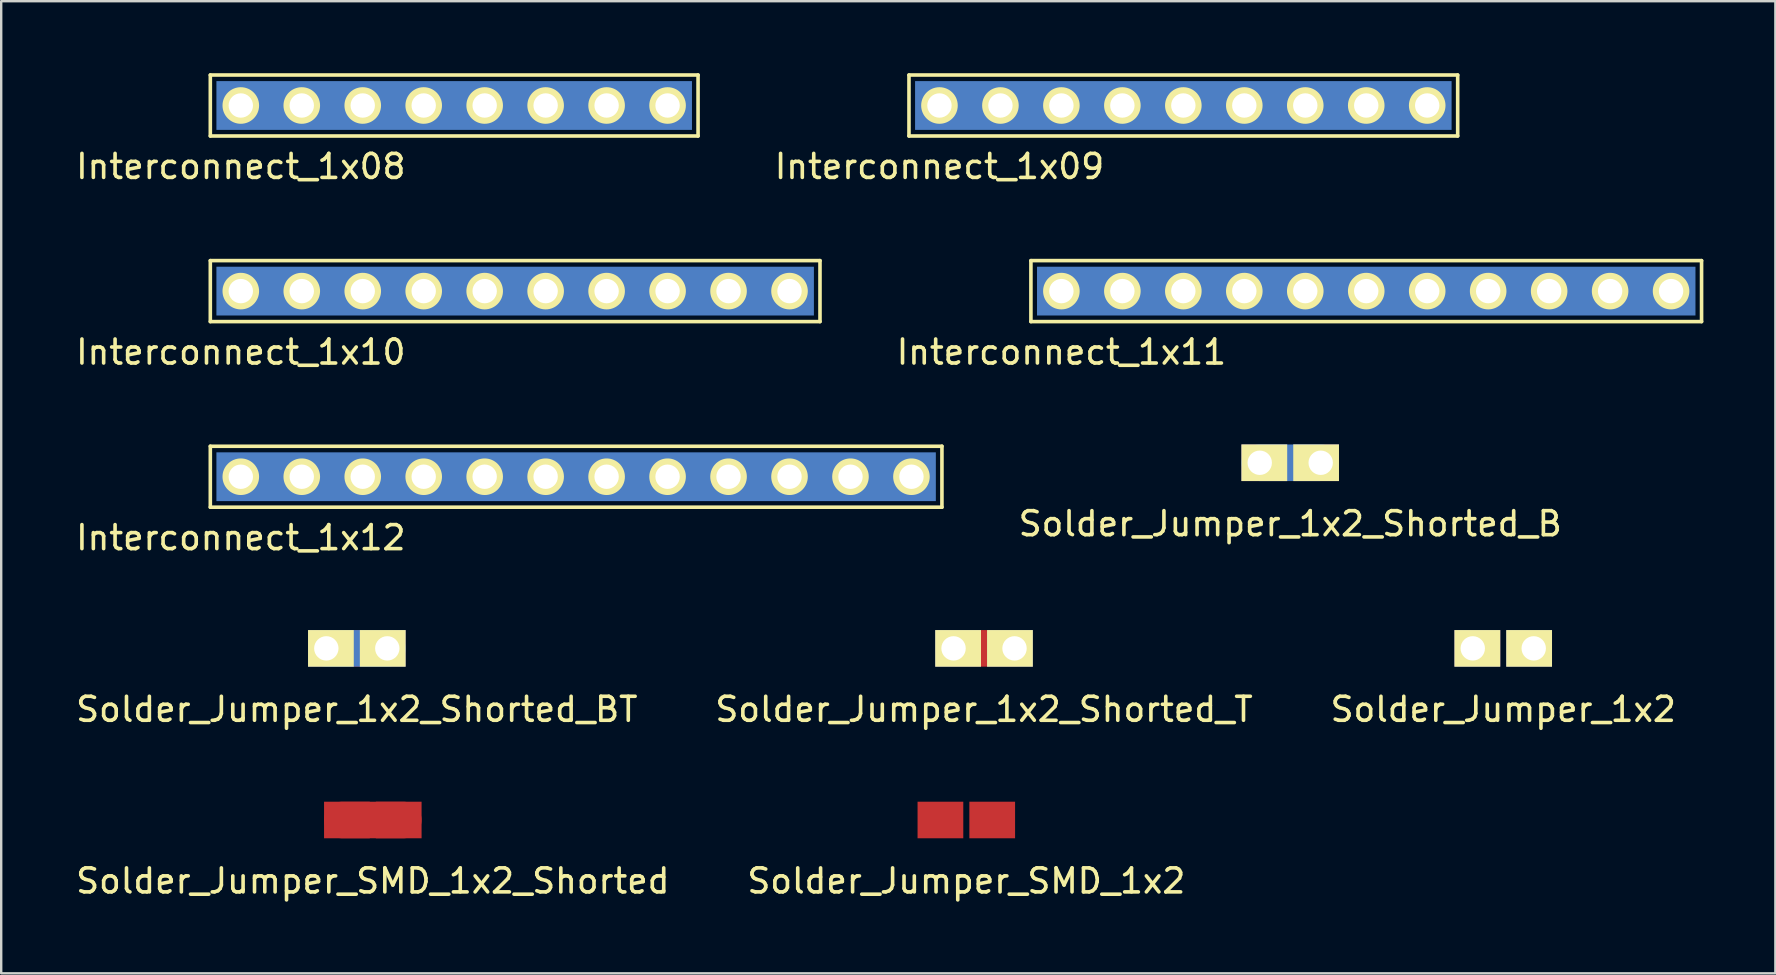
<source format=kicad_pcb>
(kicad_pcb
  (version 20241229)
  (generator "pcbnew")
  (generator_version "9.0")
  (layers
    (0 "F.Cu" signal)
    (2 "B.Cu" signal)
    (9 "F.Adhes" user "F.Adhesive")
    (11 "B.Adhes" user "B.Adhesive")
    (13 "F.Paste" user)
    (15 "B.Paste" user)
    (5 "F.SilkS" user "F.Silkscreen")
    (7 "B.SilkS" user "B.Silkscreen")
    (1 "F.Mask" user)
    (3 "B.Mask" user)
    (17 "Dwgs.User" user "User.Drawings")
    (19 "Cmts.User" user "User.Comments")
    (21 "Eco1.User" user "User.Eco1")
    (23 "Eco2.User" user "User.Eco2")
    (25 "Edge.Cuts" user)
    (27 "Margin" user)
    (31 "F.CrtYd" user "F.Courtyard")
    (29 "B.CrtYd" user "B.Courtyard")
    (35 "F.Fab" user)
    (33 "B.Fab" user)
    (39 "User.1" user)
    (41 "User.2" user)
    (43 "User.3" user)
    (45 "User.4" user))
  (footprint "Solder_Jumper_SMD_1x2_Shorted"
    (layer "F.Cu")
    (at 12.482 31.112)
    (property "Reference" "Solder_Jumper_SMD_1x2_Shorted" (at 0 2.54 0) (layer "F.SilkS") (effects (font (size 1 1) (thickness 0.15))))
    (attr through_hole)
    (fp_line (start 1.27 0) (end -1.27 0) (stroke (width 1.524) (type solid)) (layer "F.Cu"))
    (pad "" smd rect (at 0 0) (size 0.254 1.524) (layers "*.Mask"))
    (pad "1" smd rect (at -1.27 0) (size 1.905 1.524) (drill (offset 0.191 0)) (layers "F.Cu" "F.Mask" "F.Paste"))
    (pad "2" smd rect (at 1.27 0) (size 1.905 1.524) (drill (offset -0.191 0)) (layers "F.Cu" "F.Mask" "F.Paste")))
  (footprint "Interconnect_1x08"
    (layer "F.Cu")
    (at 6.982 1.345)
    (property "Reference" "Interconnect_1x08" (at 0 2.54 0) (layer "F.SilkS") (effects (font (size 1 1) (thickness 0.15))))
    (attr through_hole)
    (fp_line (start -1.27 -1.27) (end -1.27 1.27) (stroke (width 0.15) (type solid)) (layer "F.SilkS"))
    (fp_line (start -1.27 1.27) (end 19.05 1.27) (stroke (width 0.15) (type solid)) (layer "F.SilkS"))
    (fp_line (start 19.05 -1.27) (end -1.27 -1.27) (stroke (width 0.15) (type solid)) (layer "F.SilkS"))
    (fp_line (start 19.05 1.27) (end 19.05 -1.27) (stroke (width 0.15) (type solid)) (layer "F.SilkS"))
    (pad "1" thru_hole circle (at 0 0) (size 1.524 1.524) (drill 1.016) (layers "*.Cu" "*.Mask" "F.SilkS"))
    (pad "1" thru_hole circle (at 2.54 0) (size 1.524 1.524) (drill 1.016) (layers "*.Cu" "*.Mask" "F.SilkS"))
    (pad "1" thru_hole circle (at 5.08 0) (size 1.524 1.524) (drill 1.016) (layers "*.Cu" "*.Mask" "F.SilkS"))
    (pad "1" thru_hole circle (at 7.62 0) (size 1.524 1.524) (drill 1.016) (layers "*.Cu" "*.Mask" "F.SilkS"))
    (pad "1" smd rect (at 8.89 0) (size 19.812 2.032) (layers "B.Cu" "B.Mask"))
    (pad "1" thru_hole circle (at 10.16 0) (size 1.524 1.524) (drill 1.016) (layers "*.Cu" "*.Mask" "F.SilkS"))
    (pad "1" thru_hole circle (at 12.7 0) (size 1.524 1.524) (drill 1.016) (layers "*.Cu" "*.Mask" "F.SilkS"))
    (pad "1" thru_hole circle (at 15.24 0) (size 1.524 1.524) (drill 1.016) (layers "*.Cu" "*.Mask" "F.SilkS"))
    (pad "1" thru_hole circle (at 17.78 0) (size 1.524 1.524) (drill 1.016) (layers "*.Cu" "*.Mask" "F.SilkS")))
  (footprint "Interconnect_1x12"
    (layer "F.Cu")
    (at 6.982 16.811)
    (property "Reference" "Interconnect_1x12" (at 0 2.54 0) (layer "F.SilkS") (effects (font (size 1 1) (thickness 0.15))))
    (attr through_hole)
    (fp_line (start -1.27 -1.27) (end -1.27 1.27) (stroke (width 0.15) (type solid)) (layer "F.SilkS"))
    (fp_line (start -1.27 1.27) (end 29.21 1.27) (stroke (width 0.15) (type solid)) (layer "F.SilkS"))
    (fp_line (start 29.21 -1.27) (end -1.27 -1.27) (stroke (width 0.15) (type solid)) (layer "F.SilkS"))
    (fp_line (start 29.21 1.27) (end 29.21 -1.27) (stroke (width 0.15) (type solid)) (layer "F.SilkS"))
    (pad "1" thru_hole circle (at 0 0) (size 1.524 1.524) (drill 1.016) (layers "*.Cu" "*.Mask" "F.SilkS"))
    (pad "1" thru_hole circle (at 2.54 0) (size 1.524 1.524) (drill 1.016) (layers "*.Cu" "*.Mask" "F.SilkS"))
    (pad "1" thru_hole circle (at 5.08 0) (size 1.524 1.524) (drill 1.016) (layers "*.Cu" "*.Mask" "F.SilkS"))
    (pad "1" thru_hole circle (at 7.62 0) (size 1.524 1.524) (drill 1.016) (layers "*.Cu" "*.Mask" "F.SilkS"))
    (pad "1" thru_hole circle (at 10.16 0) (size 1.524 1.524) (drill 1.016) (layers "*.Cu" "*.Mask" "F.SilkS"))
    (pad "1" thru_hole circle (at 12.7 0) (size 1.524 1.524) (drill 1.016) (layers "*.Cu" "*.Mask" "F.SilkS"))
    (pad "1" smd rect (at 13.97 0) (size 29.972 2.032) (layers "B.Cu" "B.Mask"))
    (pad "1" thru_hole circle (at 15.24 0) (size 1.524 1.524) (drill 1.016) (layers "*.Cu" "*.Mask" "F.SilkS"))
    (pad "1" thru_hole circle (at 17.78 0) (size 1.524 1.524) (drill 1.016) (layers "*.Cu" "*.Mask" "F.SilkS"))
    (pad "1" thru_hole circle (at 20.32 0) (size 1.524 1.524) (drill 1.016) (layers "*.Cu" "*.Mask" "F.SilkS"))
    (pad "1" thru_hole circle (at 22.86 0) (size 1.524 1.524) (drill 1.016) (layers "*.Cu" "*.Mask" "F.SilkS"))
    (pad "1" thru_hole circle (at 25.4 0) (size 1.524 1.524) (drill 1.016) (layers "*.Cu" "*.Mask" "F.SilkS"))
    (pad "1" thru_hole circle (at 27.94 0) (size 1.524 1.524) (drill 1.016) (layers "*.Cu" "*.Mask" "F.SilkS")))
  (footprint "Solder_Jumper_SMD_1x2"
    (layer "F.Cu")
    (at 37.208 31.112)
    (property "Reference" "Solder_Jumper_SMD_1x2" (at 0 2.54 0) (layer "F.SilkS") (effects (font (size 1 1) (thickness 0.15))))
    (attr through_hole)
    (pad "" smd rect (at 0 0) (size 0.254 1.524) (layers "*.Mask"))
    (pad "1" smd rect (at -1.27 0) (size 1.905 1.524) (drill (offset 0.191 0)) (layers "F.Cu" "F.Mask" "F.Paste"))
    (pad "2" smd rect (at 1.27 0) (size 1.905 1.524) (drill (offset -0.191 0)) (layers "F.Cu" "F.Mask" "F.Paste")))
  (footprint "Interconnect_1x10"
    (layer "F.Cu")
    (at 6.982 9.078)
    (property "Reference" "Interconnect_1x10" (at 0 2.54 0) (layer "F.SilkS") (effects (font (size 1 1) (thickness 0.15))))
    (attr through_hole)
    (fp_line (start -1.27 -1.27) (end -1.27 1.27) (stroke (width 0.15) (type solid)) (layer "F.SilkS"))
    (fp_line (start -1.27 1.27) (end 24.13 1.27) (stroke (width 0.15) (type solid)) (layer "F.SilkS"))
    (fp_line (start 24.13 -1.27) (end -1.27 -1.27) (stroke (width 0.15) (type solid)) (layer "F.SilkS"))
    (fp_line (start 24.13 1.27) (end 24.13 -1.27) (stroke (width 0.15) (type solid)) (layer "F.SilkS"))
    (pad "1" thru_hole circle (at 0 0) (size 1.524 1.524) (drill 1.016) (layers "*.Cu" "*.Mask" "F.SilkS"))
    (pad "1" thru_hole circle (at 2.54 0) (size 1.524 1.524) (drill 1.016) (layers "*.Cu" "*.Mask" "F.SilkS"))
    (pad "1" thru_hole circle (at 5.08 0) (size 1.524 1.524) (drill 1.016) (layers "*.Cu" "*.Mask" "F.SilkS"))
    (pad "1" thru_hole circle (at 7.62 0) (size 1.524 1.524) (drill 1.016) (layers "*.Cu" "*.Mask" "F.SilkS"))
    (pad "1" thru_hole circle (at 10.16 0) (size 1.524 1.524) (drill 1.016) (layers "*.Cu" "*.Mask" "F.SilkS"))
    (pad "1" smd rect (at 11.43 0) (size 24.892 2.032) (layers "B.Cu" "B.Mask"))
    (pad "1" thru_hole circle (at 12.7 0) (size 1.524 1.524) (drill 1.016) (layers "*.Cu" "*.Mask" "F.SilkS"))
    (pad "1" thru_hole circle (at 15.24 0) (size 1.524 1.524) (drill 1.016) (layers "*.Cu" "*.Mask" "F.SilkS"))
    (pad "1" thru_hole circle (at 17.78 0) (size 1.524 1.524) (drill 1.016) (layers "*.Cu" "*.Mask" "F.SilkS"))
    (pad "1" thru_hole circle (at 20.32 0) (size 1.524 1.524) (drill 1.016) (layers "*.Cu" "*.Mask" "F.SilkS"))
    (pad "1" thru_hole circle (at 22.86 0) (size 1.524 1.524) (drill 1.016) (layers "*.Cu" "*.Mask" "F.SilkS")))
  (footprint "Solder_Jumper_1x2_Shorted_BT"
    (layer "F.Cu")
    (at 11.815 23.962)
    (property "Reference" "Solder_Jumper_1x2_Shorted_BT" (at 0 2.54 0) (layer "F.SilkS") (effects (font (size 1 1) (thickness 0.15))))
    (attr through_hole)
    (fp_line (start 1.27 0) (end -1.27 0) (stroke (width 1.524) (type solid)) (layer "F.Cu"))
    (fp_line (start 1.27 0) (end -1.27 0) (stroke (width 1.524) (type solid)) (layer "B.Cu"))
    (pad "" smd rect (at 0 0) (size 0.254 1.524) (layers "*.Mask"))
    (pad "1" thru_hole rect (at -1.27 0) (size 1.905 1.524) (drill 1.016 (offset 0.191 0)) (layers "*.Cu" "*.Mask" "F.SilkS"))
    (pad "2" thru_hole rect (at 1.27 0) (size 1.905 1.524) (drill 1.016 (offset -0.191 0)) (layers "*.Cu" "*.Mask" "F.SilkS")))
  (footprint "Interconnect_1x11"
    (layer "F.Cu")
    (at 41.169 9.078)
    (property "Reference" "Interconnect_1x11" (at 0 2.54 0) (layer "F.SilkS") (effects (font (size 1 1) (thickness 0.15))))
    (attr through_hole)
    (fp_line (start -1.27 -1.27) (end -1.27 1.27) (stroke (width 0.15) (type solid)) (layer "F.SilkS"))
    (fp_line (start -1.27 1.27) (end 26.67 1.27) (stroke (width 0.15) (type solid)) (layer "F.SilkS"))
    (fp_line (start 26.67 -1.27) (end -1.27 -1.27) (stroke (width 0.15) (type solid)) (layer "F.SilkS"))
    (fp_line (start 26.67 1.27) (end 26.67 -1.27) (stroke (width 0.15) (type solid)) (layer "F.SilkS"))
    (pad "1" thru_hole circle (at 0 0) (size 1.524 1.524) (drill 1.016) (layers "*.Cu" "*.Mask" "F.SilkS"))
    (pad "1" thru_hole circle (at 2.54 0) (size 1.524 1.524) (drill 1.016) (layers "*.Cu" "*.Mask" "F.SilkS"))
    (pad "1" thru_hole circle (at 5.08 0) (size 1.524 1.524) (drill 1.016) (layers "*.Cu" "*.Mask" "F.SilkS"))
    (pad "1" thru_hole circle (at 7.62 0) (size 1.524 1.524) (drill 1.016) (layers "*.Cu" "*.Mask" "F.SilkS"))
    (pad "1" thru_hole circle (at 10.16 0) (size 1.524 1.524) (drill 1.016) (layers "*.Cu" "*.Mask" "F.SilkS"))
    (pad "1" thru_hole circle (at 12.7 0) (size 1.524 1.524) (drill 1.016) (layers "*.Cu" "*.Mask" "F.SilkS"))
    (pad "1" smd rect (at 12.7 0) (size 27.432 2.032) (layers "B.Cu" "B.Mask"))
    (pad "1" thru_hole circle (at 15.24 0) (size 1.524 1.524) (drill 1.016) (layers "*.Cu" "*.Mask" "F.SilkS"))
    (pad "1" thru_hole circle (at 17.78 0) (size 1.524 1.524) (drill 1.016) (layers "*.Cu" "*.Mask" "F.SilkS"))
    (pad "1" thru_hole circle (at 20.32 0) (size 1.524 1.524) (drill 1.016) (layers "*.Cu" "*.Mask" "F.SilkS"))
    (pad "1" thru_hole circle (at 22.86 0) (size 1.524 1.524) (drill 1.016) (layers "*.Cu" "*.Mask" "F.SilkS"))
    (pad "1" thru_hole circle (at 25.4 0) (size 1.524 1.524) (drill 1.016) (layers "*.Cu" "*.Mask" "F.SilkS")))
  (footprint "Solder_Jumper_1x2_Shorted_B"
    (layer "F.Cu")
    (at 50.702 16.229)
    (property "Reference" "Solder_Jumper_1x2_Shorted_B" (at 0 2.54 0) (layer "F.SilkS") (effects (font (size 1 1) (thickness 0.15))))
    (attr through_hole)
    (fp_line (start 1.27 0) (end -1.27 0) (stroke (width 1.524) (type solid)) (layer "B.Cu"))
    (pad "" smd rect (at 0 0) (size 0.254 1.524) (layers "*.Mask"))
    (pad "1" thru_hole rect (at -1.27 0) (size 1.905 1.524) (drill 1.016 (offset 0.191 0)) (layers "*.Cu" "*.Mask" "F.SilkS"))
    (pad "2" thru_hole rect (at 1.27 0) (size 1.905 1.524) (drill 1.016 (offset -0.191 0)) (layers "*.Cu" "*.Mask" "F.SilkS")))
  (footprint "Interconnect_1x09"
    (layer "F.Cu")
    (at 36.089 1.345)
    (property "Reference" "Interconnect_1x09" (at 0 2.54 0) (layer "F.SilkS") (effects (font (size 1 1) (thickness 0.15))))
    (attr through_hole)
    (fp_line (start -1.27 -1.27) (end -1.27 1.27) (stroke (width 0.15) (type solid)) (layer "F.SilkS"))
    (fp_line (start -1.27 1.27) (end 21.59 1.27) (stroke (width 0.15) (type solid)) (layer "F.SilkS"))
    (fp_line (start 21.59 -1.27) (end -1.27 -1.27) (stroke (width 0.15) (type solid)) (layer "F.SilkS"))
    (fp_line (start 21.59 1.27) (end 21.59 -1.27) (stroke (width 0.15) (type solid)) (layer "F.SilkS"))
    (pad "1" thru_hole circle (at 0 0) (size 1.524 1.524) (drill 1.016) (layers "*.Cu" "*.Mask" "F.SilkS"))
    (pad "1" thru_hole circle (at 2.54 0) (size 1.524 1.524) (drill 1.016) (layers "*.Cu" "*.Mask" "F.SilkS"))
    (pad "1" thru_hole circle (at 5.08 0) (size 1.524 1.524) (drill 1.016) (layers "*.Cu" "*.Mask" "F.SilkS"))
    (pad "1" thru_hole circle (at 7.62 0) (size 1.524 1.524) (drill 1.016) (layers "*.Cu" "*.Mask" "F.SilkS"))
    (pad "1" thru_hole circle (at 10.16 0) (size 1.524 1.524) (drill 1.016) (layers "*.Cu" "*.Mask" "F.SilkS"))
    (pad "1" smd rect (at 10.16 0) (size 22.352 2.032) (layers "B.Cu" "B.Mask"))
    (pad "1" thru_hole circle (at 12.7 0) (size 1.524 1.524) (drill 1.016) (layers "*.Cu" "*.Mask" "F.SilkS"))
    (pad "1" thru_hole circle (at 15.24 0) (size 1.524 1.524) (drill 1.016) (layers "*.Cu" "*.Mask" "F.SilkS"))
    (pad "1" thru_hole circle (at 17.78 0) (size 1.524 1.524) (drill 1.016) (layers "*.Cu" "*.Mask" "F.SilkS"))
    (pad "1" thru_hole circle (at 20.32 0) (size 1.524 1.524) (drill 1.016) (layers "*.Cu" "*.Mask" "F.SilkS")))
  (footprint "Solder_Jumper_1x2"
    (layer "F.Cu")
    (at 59.577 23.962)
    (property "Reference" "Solder_Jumper_1x2" (at 0 2.54 0) (layer "F.SilkS") (effects (font (size 1 1) (thickness 0.15))))
    (attr through_hole)
    (pad "" smd rect (at 0 0) (size 0.254 1.524) (layers "*.Mask"))
    (pad "1" thru_hole rect (at -1.27 0) (size 1.905 1.524) (drill 1.016 (offset 0.191 0)) (layers "*.Cu" "*.Mask" "F.SilkS"))
    (pad "2" thru_hole rect (at 1.27 0) (size 1.905 1.524) (drill 1.016 (offset -0.191 0)) (layers "*.Cu" "*.Mask" "F.SilkS")))
  (footprint "Solder_Jumper_1x2_Shorted_T"
    (layer "F.Cu")
    (at 37.946 23.962)
    (property "Reference" "Solder_Jumper_1x2_Shorted_T" (at 0 2.54 0) (layer "F.SilkS") (effects (font (size 1 1) (thickness 0.15))))
    (attr through_hole)
    (fp_line (start 1.27 0) (end -1.27 0) (stroke (width 1.524) (type solid)) (layer "F.Cu"))
    (pad "" smd rect (at 0 0) (size 0.254 1.524) (layers "*.Mask"))
    (pad "1" thru_hole rect (at -1.27 0) (size 1.905 1.524) (drill 1.016 (offset 0.191 0)) (layers "*.Cu" "*.Mask" "F.SilkS"))
    (pad "2" thru_hole rect (at 1.27 0) (size 1.905 1.524) (drill 1.016 (offset -0.191 0)) (layers "*.Cu" "*.Mask" "F.SilkS")))
  (gr_rect
    (start -3 -3)
    (end 70.914 37.5)
    (stroke (width 0.1) (type default))
    (fill no)
    (layer "Edge.Cuts")))
</source>
